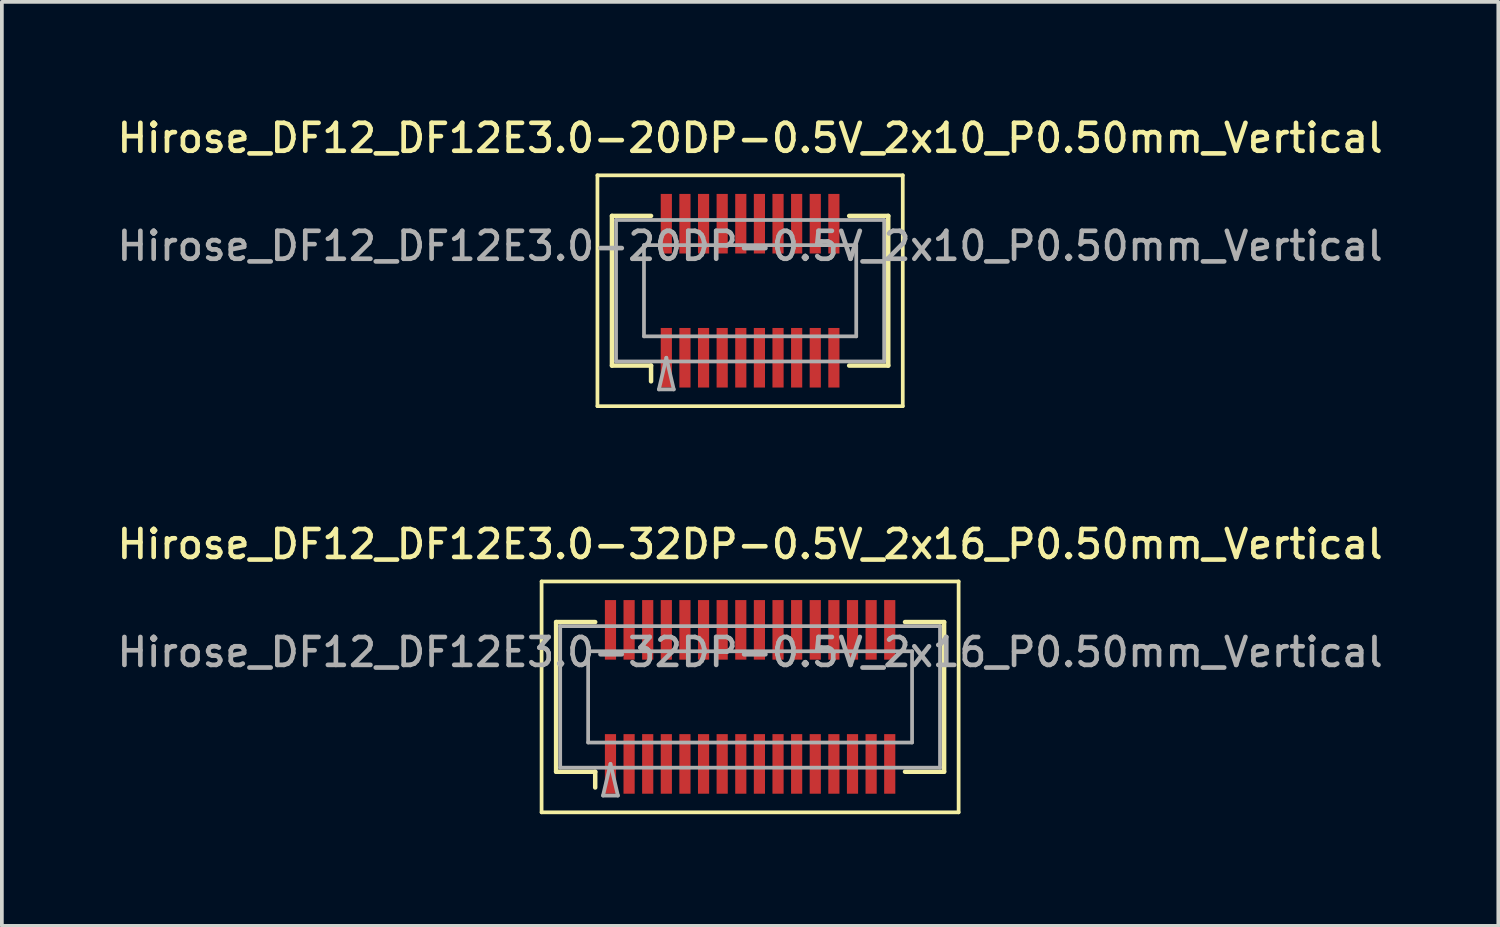
<source format=kicad_pcb>
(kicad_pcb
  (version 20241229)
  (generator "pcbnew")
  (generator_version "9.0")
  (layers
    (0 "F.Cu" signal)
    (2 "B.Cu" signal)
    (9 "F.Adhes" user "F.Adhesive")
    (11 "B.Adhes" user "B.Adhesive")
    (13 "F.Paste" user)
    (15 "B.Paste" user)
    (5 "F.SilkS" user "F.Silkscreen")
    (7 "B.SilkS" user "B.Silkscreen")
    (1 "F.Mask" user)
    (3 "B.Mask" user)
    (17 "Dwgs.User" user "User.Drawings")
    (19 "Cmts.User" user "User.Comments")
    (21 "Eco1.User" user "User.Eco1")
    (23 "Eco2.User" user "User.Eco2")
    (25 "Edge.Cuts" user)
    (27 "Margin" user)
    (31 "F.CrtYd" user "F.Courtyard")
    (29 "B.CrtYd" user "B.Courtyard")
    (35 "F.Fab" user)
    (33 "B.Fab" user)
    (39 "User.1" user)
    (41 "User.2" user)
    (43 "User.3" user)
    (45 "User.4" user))
  (footprint "Hirose_DF12_DF12E3.0-32DP-0.5V_2x16_P0.50mm_Vertical"
    (layer "F.Cu")
    (at 17.095 15.666)
    (property "Reference" "Hirose_DF12_DF12E3.0-32DP-0.5V_2x16_P0.50mm_Vertical" (at 0 -4.1 0) (layer "F.SilkS") (effects (font (size 0.75 0.75) (thickness 0.125))))
    (attr smd)
    (fp_line (start -5.6 -3.1) (end -5.6 3.1) (stroke (width 0.1) (type solid)) (layer "F.SilkS"))
    (fp_line (start -5.6 3.1) (end 5.6 3.1) (stroke (width 0.1) (type solid)) (layer "F.SilkS"))
    (fp_line (start -5.21 -2.01) (end -4.16 -2.01) (stroke (width 0.12) (type solid)) (layer "F.SilkS"))
    (fp_line (start -5.21 2.01) (end -5.21 -2.01) (stroke (width 0.12) (type solid)) (layer "F.SilkS"))
    (fp_line (start -4.16 2.01) (end -5.21 2.01) (stroke (width 0.12) (type solid)) (layer "F.SilkS"))
    (fp_line (start -4.16 2.433) (end -4.16 2.01) (stroke (width 0.12) (type solid)) (layer "F.SilkS"))
    (fp_line (start 4.16 2.01) (end 5.21 2.01) (stroke (width 0.12) (type solid)) (layer "F.SilkS"))
    (fp_line (start 5.21 -2.01) (end 4.16 -2.01) (stroke (width 0.12) (type solid)) (layer "F.SilkS"))
    (fp_line (start 5.21 2.01) (end 5.21 -2.01) (stroke (width 0.12) (type solid)) (layer "F.SilkS"))
    (fp_line (start 5.6 -3.1) (end -5.6 -3.1) (stroke (width 0.1) (type solid)) (layer "F.SilkS"))
    (fp_line (start 5.6 3.1) (end 5.6 -3.1) (stroke (width 0.1) (type solid)) (layer "F.SilkS"))
    (fp_line (start -5.1 -1.9) (end 5.1 -1.9) (stroke (width 0.1) (type solid)) (layer "F.Fab"))
    (fp_line (start -5.1 1.9) (end -5.1 -1.9) (stroke (width 0.1) (type solid)) (layer "F.Fab"))
    (fp_line (start -4.35 -1.225) (end 4.35 -1.225) (stroke (width 0.1) (type solid)) (layer "F.Fab"))
    (fp_line (start -4.35 1.225) (end -4.35 -1.225) (stroke (width 0.1) (type solid)) (layer "F.Fab"))
    (fp_line (start -3.95 2.65) (end -3.75 1.8) (stroke (width 0.1) (type solid)) (layer "F.Fab"))
    (fp_line (start -3.75 1.8) (end -3.55 2.65) (stroke (width 0.1) (type solid)) (layer "F.Fab"))
    (fp_line (start -3.55 2.65) (end -3.95 2.65) (stroke (width 0.1) (type solid)) (layer "F.Fab"))
    (fp_line (start 4.35 -1.225) (end 4.35 1.225) (stroke (width 0.1) (type solid)) (layer "F.Fab"))
    (fp_line (start 4.35 1.225) (end -4.35 1.225) (stroke (width 0.1) (type solid)) (layer "F.Fab"))
    (fp_line (start 5.1 -1.9) (end 5.1 1.9) (stroke (width 0.1) (type solid)) (layer "F.Fab"))
    (fp_line (start 5.1 1.9) (end -5.1 1.9) (stroke (width 0.1) (type solid)) (layer "F.Fab"))
    (fp_text user "${REFERENCE}" (at 0 -1.2 0) (layer "F.Fab") (effects (font (size 0.75 0.75) (thickness 0.125))))
    (pad "" smd rect (at -3.75 -2) (size 0.28 1.2) (layers "F.Paste"))
    (pad "" smd rect (at -3.75 2) (size 0.28 1.2) (layers "F.Paste"))
    (pad "" smd rect (at -3.25 -2) (size 0.28 1.2) (layers "F.Paste"))
    (pad "" smd rect (at -3.25 2) (size 0.28 1.2) (layers "F.Paste"))
    (pad "" smd rect (at -2.75 -2) (size 0.28 1.2) (layers "F.Paste"))
    (pad "" smd rect (at -2.75 2) (size 0.28 1.2) (layers "F.Paste"))
    (pad "" smd rect (at -2.25 -2) (size 0.28 1.2) (layers "F.Paste"))
    (pad "" smd rect (at -2.25 2) (size 0.28 1.2) (layers "F.Paste"))
    (pad "" smd rect (at -1.75 -2) (size 0.28 1.2) (layers "F.Paste"))
    (pad "" smd rect (at -1.75 2) (size 0.28 1.2) (layers "F.Paste"))
    (pad "" smd rect (at -1.25 -2) (size 0.28 1.2) (layers "F.Paste"))
    (pad "" smd rect (at -1.25 2) (size 0.28 1.2) (layers "F.Paste"))
    (pad "" smd rect (at -0.75 -2) (size 0.28 1.2) (layers "F.Paste"))
    (pad "" smd rect (at -0.75 2) (size 0.28 1.2) (layers "F.Paste"))
    (pad "" smd rect (at -0.25 -2) (size 0.28 1.2) (layers "F.Paste"))
    (pad "" smd rect (at -0.25 2) (size 0.28 1.2) (layers "F.Paste"))
    (pad "" smd rect (at 0.25 -2) (size 0.28 1.2) (layers "F.Paste"))
    (pad "" smd rect (at 0.25 2) (size 0.28 1.2) (layers "F.Paste"))
    (pad "" smd rect (at 0.75 -2) (size 0.28 1.2) (layers "F.Paste"))
    (pad "" smd rect (at 0.75 2) (size 0.28 1.2) (layers "F.Paste"))
    (pad "" smd rect (at 1.25 -2) (size 0.28 1.2) (layers "F.Paste"))
    (pad "" smd rect (at 1.25 2) (size 0.28 1.2) (layers "F.Paste"))
    (pad "" smd rect (at 1.75 -2) (size 0.28 1.2) (layers "F.Paste"))
    (pad "" smd rect (at 1.75 2) (size 0.28 1.2) (layers "F.Paste"))
    (pad "" smd rect (at 2.25 -2) (size 0.28 1.2) (layers "F.Paste"))
    (pad "" smd rect (at 2.25 2) (size 0.28 1.2) (layers "F.Paste"))
    (pad "" smd rect (at 2.75 -2) (size 0.28 1.2) (layers "F.Paste"))
    (pad "" smd rect (at 2.75 2) (size 0.28 1.2) (layers "F.Paste"))
    (pad "" smd rect (at 3.25 -2) (size 0.28 1.2) (layers "F.Paste"))
    (pad "" smd rect (at 3.25 2) (size 0.28 1.2) (layers "F.Paste"))
    (pad "" smd rect (at 3.75 -2) (size 0.28 1.2) (layers "F.Paste"))
    (pad "" smd rect (at 3.75 2) (size 0.28 1.2) (layers "F.Paste"))
    (pad "1" smd rect (at -3.75 1.8) (size 0.3 1.6) (layers "F.Cu" "F.Mask"))
    (pad "2" smd rect (at -3.25 1.8) (size 0.3 1.6) (layers "F.Cu" "F.Mask"))
    (pad "3" smd rect (at -2.75 1.8) (size 0.3 1.6) (layers "F.Cu" "F.Mask"))
    (pad "4" smd rect (at -2.25 1.8) (size 0.3 1.6) (layers "F.Cu" "F.Mask"))
    (pad "5" smd rect (at -1.75 1.8) (size 0.3 1.6) (layers "F.Cu" "F.Mask"))
    (pad "6" smd rect (at -1.25 1.8) (size 0.3 1.6) (layers "F.Cu" "F.Mask"))
    (pad "7" smd rect (at -0.75 1.8) (size 0.3 1.6) (layers "F.Cu" "F.Mask"))
    (pad "8" smd rect (at -0.25 1.8) (size 0.3 1.6) (layers "F.Cu" "F.Mask"))
    (pad "9" smd rect (at 0.25 1.8) (size 0.3 1.6) (layers "F.Cu" "F.Mask"))
    (pad "10" smd rect (at 0.75 1.8) (size 0.3 1.6) (layers "F.Cu" "F.Mask"))
    (pad "11" smd rect (at 1.25 1.8) (size 0.3 1.6) (layers "F.Cu" "F.Mask"))
    (pad "12" smd rect (at 1.75 1.8) (size 0.3 1.6) (layers "F.Cu" "F.Mask"))
    (pad "13" smd rect (at 2.25 1.8) (size 0.3 1.6) (layers "F.Cu" "F.Mask"))
    (pad "14" smd rect (at 2.75 1.8) (size 0.3 1.6) (layers "F.Cu" "F.Mask"))
    (pad "15" smd rect (at 3.25 1.8) (size 0.3 1.6) (layers "F.Cu" "F.Mask"))
    (pad "16" smd rect (at 3.75 1.8) (size 0.3 1.6) (layers "F.Cu" "F.Mask"))
    (pad "17" smd rect (at -3.75 -1.8) (size 0.3 1.6) (layers "F.Cu" "F.Mask"))
    (pad "18" smd rect (at -3.25 -1.8) (size 0.3 1.6) (layers "F.Cu" "F.Mask"))
    (pad "19" smd rect (at -2.75 -1.8) (size 0.3 1.6) (layers "F.Cu" "F.Mask"))
    (pad "20" smd rect (at -2.25 -1.8) (size 0.3 1.6) (layers "F.Cu" "F.Mask"))
    (pad "21" smd rect (at -1.75 -1.8) (size 0.3 1.6) (layers "F.Cu" "F.Mask"))
    (pad "22" smd rect (at -1.25 -1.8) (size 0.3 1.6) (layers "F.Cu" "F.Mask"))
    (pad "23" smd rect (at -0.75 -1.8) (size 0.3 1.6) (layers "F.Cu" "F.Mask"))
    (pad "24" smd rect (at -0.25 -1.8) (size 0.3 1.6) (layers "F.Cu" "F.Mask"))
    (pad "25" smd rect (at 0.25 -1.8) (size 0.3 1.6) (layers "F.Cu" "F.Mask"))
    (pad "26" smd rect (at 0.75 -1.8) (size 0.3 1.6) (layers "F.Cu" "F.Mask"))
    (pad "27" smd rect (at 1.25 -1.8) (size 0.3 1.6) (layers "F.Cu" "F.Mask"))
    (pad "28" smd rect (at 1.75 -1.8) (size 0.3 1.6) (layers "F.Cu" "F.Mask"))
    (pad "29" smd rect (at 2.25 -1.8) (size 0.3 1.6) (layers "F.Cu" "F.Mask"))
    (pad "30" smd rect (at 2.75 -1.8) (size 0.3 1.6) (layers "F.Cu" "F.Mask"))
    (pad "31" smd rect (at 3.25 -1.8) (size 0.3 1.6) (layers "F.Cu" "F.Mask"))
    (pad "32" smd rect (at 3.75 -1.8) (size 0.3 1.6) (layers "F.Cu" "F.Mask")))
  (footprint "Hirose_DF12_DF12E3.0-20DP-0.5V_2x10_P0.50mm_Vertical"
    (layer "F.Cu")
    (at 17.095 4.758)
    (property "Reference" "Hirose_DF12_DF12E3.0-20DP-0.5V_2x10_P0.50mm_Vertical" (at 0 -4.1 0) (layer "F.SilkS") (effects (font (size 0.75 0.75) (thickness 0.125))))
    (attr smd)
    (fp_line (start -4.1 -3.1) (end -4.1 3.1) (stroke (width 0.1) (type solid)) (layer "F.SilkS"))
    (fp_line (start -4.1 3.1) (end 4.1 3.1) (stroke (width 0.1) (type solid)) (layer "F.SilkS"))
    (fp_line (start -3.71 -2.01) (end -2.66 -2.01) (stroke (width 0.12) (type solid)) (layer "F.SilkS"))
    (fp_line (start -3.71 2.01) (end -3.71 -2.01) (stroke (width 0.12) (type solid)) (layer "F.SilkS"))
    (fp_line (start -2.66 2.01) (end -3.71 2.01) (stroke (width 0.12) (type solid)) (layer "F.SilkS"))
    (fp_line (start -2.66 2.433) (end -2.66 2.01) (stroke (width 0.12) (type solid)) (layer "F.SilkS"))
    (fp_line (start 2.66 2.01) (end 3.71 2.01) (stroke (width 0.12) (type solid)) (layer "F.SilkS"))
    (fp_line (start 3.71 -2.01) (end 2.66 -2.01) (stroke (width 0.12) (type solid)) (layer "F.SilkS"))
    (fp_line (start 3.71 2.01) (end 3.71 -2.01) (stroke (width 0.12) (type solid)) (layer "F.SilkS"))
    (fp_line (start 4.1 -3.1) (end -4.1 -3.1) (stroke (width 0.1) (type solid)) (layer "F.SilkS"))
    (fp_line (start 4.1 3.1) (end 4.1 -3.1) (stroke (width 0.1) (type solid)) (layer "F.SilkS"))
    (fp_line (start -3.6 -1.9) (end 3.6 -1.9) (stroke (width 0.1) (type solid)) (layer "F.Fab"))
    (fp_line (start -3.6 1.9) (end -3.6 -1.9) (stroke (width 0.1) (type solid)) (layer "F.Fab"))
    (fp_line (start -2.85 -1.225) (end 2.85 -1.225) (stroke (width 0.1) (type solid)) (layer "F.Fab"))
    (fp_line (start -2.85 1.225) (end -2.85 -1.225) (stroke (width 0.1) (type solid)) (layer "F.Fab"))
    (fp_line (start -2.45 2.65) (end -2.25 1.8) (stroke (width 0.1) (type solid)) (layer "F.Fab"))
    (fp_line (start -2.25 1.8) (end -2.05 2.65) (stroke (width 0.1) (type solid)) (layer "F.Fab"))
    (fp_line (start -2.05 2.65) (end -2.45 2.65) (stroke (width 0.1) (type solid)) (layer "F.Fab"))
    (fp_line (start 2.85 -1.225) (end 2.85 1.225) (stroke (width 0.1) (type solid)) (layer "F.Fab"))
    (fp_line (start 2.85 1.225) (end -2.85 1.225) (stroke (width 0.1) (type solid)) (layer "F.Fab"))
    (fp_line (start 3.6 -1.9) (end 3.6 1.9) (stroke (width 0.1) (type solid)) (layer "F.Fab"))
    (fp_line (start 3.6 1.9) (end -3.6 1.9) (stroke (width 0.1) (type solid)) (layer "F.Fab"))
    (fp_text user "${REFERENCE}" (at 0 -1.2 0) (layer "F.Fab") (effects (font (size 0.75 0.75) (thickness 0.125))))
    (pad "" smd rect (at -2.25 -2) (size 0.28 1.2) (layers "F.Paste"))
    (pad "" smd rect (at -2.25 2) (size 0.28 1.2) (layers "F.Paste"))
    (pad "" smd rect (at -1.75 -2) (size 0.28 1.2) (layers "F.Paste"))
    (pad "" smd rect (at -1.75 2) (size 0.28 1.2) (layers "F.Paste"))
    (pad "" smd rect (at -1.25 -2) (size 0.28 1.2) (layers "F.Paste"))
    (pad "" smd rect (at -1.25 2) (size 0.28 1.2) (layers "F.Paste"))
    (pad "" smd rect (at -0.75 -2) (size 0.28 1.2) (layers "F.Paste"))
    (pad "" smd rect (at -0.75 2) (size 0.28 1.2) (layers "F.Paste"))
    (pad "" smd rect (at -0.25 -2) (size 0.28 1.2) (layers "F.Paste"))
    (pad "" smd rect (at -0.25 2) (size 0.28 1.2) (layers "F.Paste"))
    (pad "" smd rect (at 0.25 -2) (size 0.28 1.2) (layers "F.Paste"))
    (pad "" smd rect (at 0.25 2) (size 0.28 1.2) (layers "F.Paste"))
    (pad "" smd rect (at 0.75 -2) (size 0.28 1.2) (layers "F.Paste"))
    (pad "" smd rect (at 0.75 2) (size 0.28 1.2) (layers "F.Paste"))
    (pad "" smd rect (at 1.25 -2) (size 0.28 1.2) (layers "F.Paste"))
    (pad "" smd rect (at 1.25 2) (size 0.28 1.2) (layers "F.Paste"))
    (pad "" smd rect (at 1.75 -2) (size 0.28 1.2) (layers "F.Paste"))
    (pad "" smd rect (at 1.75 2) (size 0.28 1.2) (layers "F.Paste"))
    (pad "" smd rect (at 2.25 -2) (size 0.28 1.2) (layers "F.Paste"))
    (pad "" smd rect (at 2.25 2) (size 0.28 1.2) (layers "F.Paste"))
    (pad "1" smd rect (at -2.25 1.8) (size 0.3 1.6) (layers "F.Cu" "F.Mask"))
    (pad "2" smd rect (at -1.75 1.8) (size 0.3 1.6) (layers "F.Cu" "F.Mask"))
    (pad "3" smd rect (at -1.25 1.8) (size 0.3 1.6) (layers "F.Cu" "F.Mask"))
    (pad "4" smd rect (at -0.75 1.8) (size 0.3 1.6) (layers "F.Cu" "F.Mask"))
    (pad "5" smd rect (at -0.25 1.8) (size 0.3 1.6) (layers "F.Cu" "F.Mask"))
    (pad "6" smd rect (at 0.25 1.8) (size 0.3 1.6) (layers "F.Cu" "F.Mask"))
    (pad "7" smd rect (at 0.75 1.8) (size 0.3 1.6) (layers "F.Cu" "F.Mask"))
    (pad "8" smd rect (at 1.25 1.8) (size 0.3 1.6) (layers "F.Cu" "F.Mask"))
    (pad "9" smd rect (at 1.75 1.8) (size 0.3 1.6) (layers "F.Cu" "F.Mask"))
    (pad "10" smd rect (at 2.25 1.8) (size 0.3 1.6) (layers "F.Cu" "F.Mask"))
    (pad "11" smd rect (at -2.25 -1.8) (size 0.3 1.6) (layers "F.Cu" "F.Mask"))
    (pad "12" smd rect (at -1.75 -1.8) (size 0.3 1.6) (layers "F.Cu" "F.Mask"))
    (pad "13" smd rect (at -1.25 -1.8) (size 0.3 1.6) (layers "F.Cu" "F.Mask"))
    (pad "14" smd rect (at -0.75 -1.8) (size 0.3 1.6) (layers "F.Cu" "F.Mask"))
    (pad "15" smd rect (at -0.25 -1.8) (size 0.3 1.6) (layers "F.Cu" "F.Mask"))
    (pad "16" smd rect (at 0.25 -1.8) (size 0.3 1.6) (layers "F.Cu" "F.Mask"))
    (pad "17" smd rect (at 0.75 -1.8) (size 0.3 1.6) (layers "F.Cu" "F.Mask"))
    (pad "18" smd rect (at 1.25 -1.8) (size 0.3 1.6) (layers "F.Cu" "F.Mask"))
    (pad "19" smd rect (at 1.75 -1.8) (size 0.3 1.6) (layers "F.Cu" "F.Mask"))
    (pad "20" smd rect (at 2.25 -1.8) (size 0.3 1.6) (layers "F.Cu" "F.Mask")))
  (gr_rect
    (start -3 -3)
    (end 37.189 21.816)
    (stroke (width 0.1) (type default))
    (fill no)
    (layer "Edge.Cuts")))
</source>
